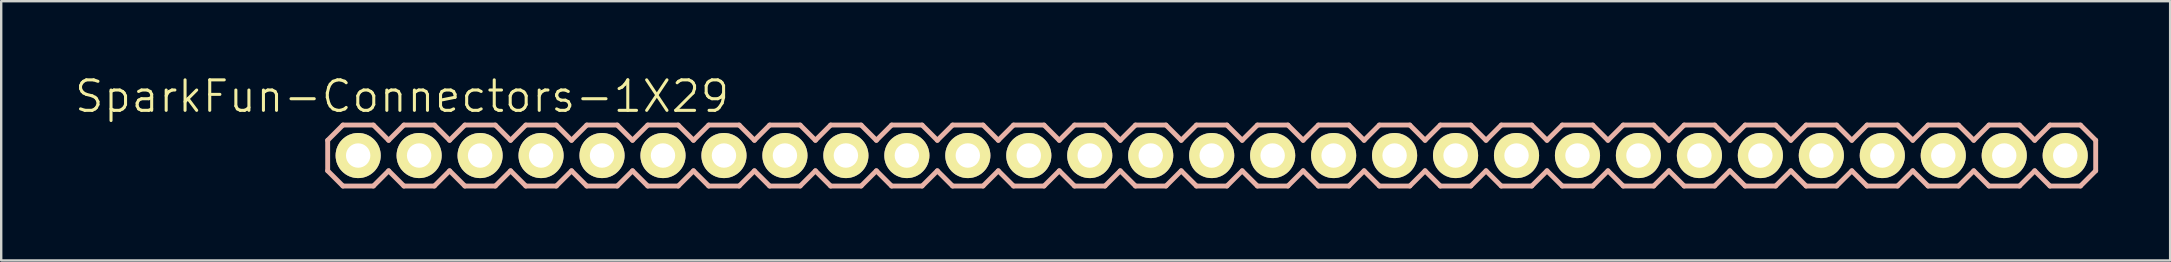
<source format=kicad_pcb>
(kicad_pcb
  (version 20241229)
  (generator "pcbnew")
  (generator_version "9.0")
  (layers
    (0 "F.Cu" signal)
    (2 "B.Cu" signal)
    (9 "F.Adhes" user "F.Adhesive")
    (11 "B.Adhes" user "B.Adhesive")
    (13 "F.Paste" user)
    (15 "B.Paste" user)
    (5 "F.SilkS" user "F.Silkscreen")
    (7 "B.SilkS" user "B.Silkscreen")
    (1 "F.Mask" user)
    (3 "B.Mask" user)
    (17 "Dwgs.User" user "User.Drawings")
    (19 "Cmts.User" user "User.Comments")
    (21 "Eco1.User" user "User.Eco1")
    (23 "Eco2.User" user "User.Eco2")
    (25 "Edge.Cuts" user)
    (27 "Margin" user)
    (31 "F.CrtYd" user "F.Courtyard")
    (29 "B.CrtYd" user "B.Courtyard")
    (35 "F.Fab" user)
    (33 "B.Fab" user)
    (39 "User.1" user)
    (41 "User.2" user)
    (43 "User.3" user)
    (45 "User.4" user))
  (footprint "SparkFun-Connectors-1X29"
    (layer "F.Cu")
    (at 11.872 3.43)
    (property "Reference" "SparkFun-Connectors-1X29" (at 1.829 -2.464 0) (layer "F.SilkS") (effects (font (size 1.27 1.27) (thickness 0.127))))
    (attr exclude_from_pos_files exclude_from_bom)
    (fp_line (start -0.254 -0.254) (end 0.254 -0.254) (stroke (width 0.066) (type solid)) (layer "F.SilkS"))
    (fp_line (start -0.254 0.254) (end -0.254 -0.254) (stroke (width 0.066) (type solid)) (layer "F.SilkS"))
    (fp_line (start -0.254 0.254) (end 0.254 0.254) (stroke (width 0.066) (type solid)) (layer "F.SilkS"))
    (fp_line (start 0.254 0.254) (end 0.254 -0.254) (stroke (width 0.066) (type solid)) (layer "F.SilkS"))
    (fp_line (start 2.286 -0.254) (end 2.794 -0.254) (stroke (width 0.066) (type solid)) (layer "F.SilkS"))
    (fp_line (start 2.286 0.254) (end 2.286 -0.254) (stroke (width 0.066) (type solid)) (layer "F.SilkS"))
    (fp_line (start 2.286 0.254) (end 2.794 0.254) (stroke (width 0.066) (type solid)) (layer "F.SilkS"))
    (fp_line (start 2.794 0.254) (end 2.794 -0.254) (stroke (width 0.066) (type solid)) (layer "F.SilkS"))
    (fp_line (start 4.826 -0.254) (end 5.334 -0.254) (stroke (width 0.066) (type solid)) (layer "F.SilkS"))
    (fp_line (start 4.826 0.254) (end 4.826 -0.254) (stroke (width 0.066) (type solid)) (layer "F.SilkS"))
    (fp_line (start 4.826 0.254) (end 5.334 0.254) (stroke (width 0.066) (type solid)) (layer "F.SilkS"))
    (fp_line (start 5.334 0.254) (end 5.334 -0.254) (stroke (width 0.066) (type solid)) (layer "F.SilkS"))
    (fp_line (start 7.366 -0.254) (end 7.874 -0.254) (stroke (width 0.066) (type solid)) (layer "F.SilkS"))
    (fp_line (start 7.366 0.254) (end 7.366 -0.254) (stroke (width 0.066) (type solid)) (layer "F.SilkS"))
    (fp_line (start 7.366 0.254) (end 7.874 0.254) (stroke (width 0.066) (type solid)) (layer "F.SilkS"))
    (fp_line (start 7.874 0.254) (end 7.874 -0.254) (stroke (width 0.066) (type solid)) (layer "F.SilkS"))
    (fp_line (start 9.906 -0.254) (end 10.414 -0.254) (stroke (width 0.066) (type solid)) (layer "F.SilkS"))
    (fp_line (start 9.906 0.254) (end 9.906 -0.254) (stroke (width 0.066) (type solid)) (layer "F.SilkS"))
    (fp_line (start 9.906 0.254) (end 10.414 0.254) (stroke (width 0.066) (type solid)) (layer "F.SilkS"))
    (fp_line (start 10.414 0.254) (end 10.414 -0.254) (stroke (width 0.066) (type solid)) (layer "F.SilkS"))
    (fp_line (start 12.446 -0.254) (end 12.954 -0.254) (stroke (width 0.066) (type solid)) (layer "F.SilkS"))
    (fp_line (start 12.446 0.254) (end 12.446 -0.254) (stroke (width 0.066) (type solid)) (layer "F.SilkS"))
    (fp_line (start 12.446 0.254) (end 12.954 0.254) (stroke (width 0.066) (type solid)) (layer "F.SilkS"))
    (fp_line (start 12.954 0.254) (end 12.954 -0.254) (stroke (width 0.066) (type solid)) (layer "F.SilkS"))
    (fp_line (start 14.986 -0.254) (end 15.494 -0.254) (stroke (width 0.066) (type solid)) (layer "F.SilkS"))
    (fp_line (start 14.986 0.254) (end 14.986 -0.254) (stroke (width 0.066) (type solid)) (layer "F.SilkS"))
    (fp_line (start 14.986 0.254) (end 15.494 0.254) (stroke (width 0.066) (type solid)) (layer "F.SilkS"))
    (fp_line (start 15.494 0.254) (end 15.494 -0.254) (stroke (width 0.066) (type solid)) (layer "F.SilkS"))
    (fp_line (start 17.523 -0.254) (end 18.034 -0.254) (stroke (width 0.066) (type solid)) (layer "F.SilkS"))
    (fp_line (start 17.523 0.254) (end 17.523 -0.254) (stroke (width 0.066) (type solid)) (layer "F.SilkS"))
    (fp_line (start 17.523 0.254) (end 18.034 0.254) (stroke (width 0.066) (type solid)) (layer "F.SilkS"))
    (fp_line (start 18.034 0.254) (end 18.034 -0.254) (stroke (width 0.066) (type solid)) (layer "F.SilkS"))
    (fp_line (start 20.066 -0.254) (end 20.574 -0.254) (stroke (width 0.066) (type solid)) (layer "F.SilkS"))
    (fp_line (start 20.066 0.254) (end 20.066 -0.254) (stroke (width 0.066) (type solid)) (layer "F.SilkS"))
    (fp_line (start 20.066 0.254) (end 20.574 0.254) (stroke (width 0.066) (type solid)) (layer "F.SilkS"))
    (fp_line (start 20.574 0.254) (end 20.574 -0.254) (stroke (width 0.066) (type solid)) (layer "F.SilkS"))
    (fp_line (start 22.606 -0.254) (end 23.114 -0.254) (stroke (width 0.066) (type solid)) (layer "F.SilkS"))
    (fp_line (start 22.606 0.254) (end 22.606 -0.254) (stroke (width 0.066) (type solid)) (layer "F.SilkS"))
    (fp_line (start 22.606 0.254) (end 23.114 0.254) (stroke (width 0.066) (type solid)) (layer "F.SilkS"))
    (fp_line (start 23.114 0.254) (end 23.114 -0.254) (stroke (width 0.066) (type solid)) (layer "F.SilkS"))
    (fp_line (start 25.146 -0.254) (end 25.654 -0.254) (stroke (width 0.066) (type solid)) (layer "F.SilkS"))
    (fp_line (start 25.146 0.254) (end 25.146 -0.254) (stroke (width 0.066) (type solid)) (layer "F.SilkS"))
    (fp_line (start 25.146 0.254) (end 25.654 0.254) (stroke (width 0.066) (type solid)) (layer "F.SilkS"))
    (fp_line (start 25.654 0.254) (end 25.654 -0.254) (stroke (width 0.066) (type solid)) (layer "F.SilkS"))
    (fp_line (start 27.686 -0.254) (end 28.194 -0.254) (stroke (width 0.066) (type solid)) (layer "F.SilkS"))
    (fp_line (start 27.686 0.254) (end 27.686 -0.254) (stroke (width 0.066) (type solid)) (layer "F.SilkS"))
    (fp_line (start 27.686 0.254) (end 28.194 0.254) (stroke (width 0.066) (type solid)) (layer "F.SilkS"))
    (fp_line (start 28.194 0.254) (end 28.194 -0.254) (stroke (width 0.066) (type solid)) (layer "F.SilkS"))
    (fp_line (start 30.226 -0.254) (end 30.734 -0.254) (stroke (width 0.066) (type solid)) (layer "F.SilkS"))
    (fp_line (start 30.226 0.254) (end 30.226 -0.254) (stroke (width 0.066) (type solid)) (layer "F.SilkS"))
    (fp_line (start 30.226 0.254) (end 30.734 0.254) (stroke (width 0.066) (type solid)) (layer "F.SilkS"))
    (fp_line (start 30.734 0.254) (end 30.734 -0.254) (stroke (width 0.066) (type solid)) (layer "F.SilkS"))
    (fp_line (start 32.766 -0.254) (end 33.274 -0.254) (stroke (width 0.066) (type solid)) (layer "F.SilkS"))
    (fp_line (start 32.766 0.254) (end 32.766 -0.254) (stroke (width 0.066) (type solid)) (layer "F.SilkS"))
    (fp_line (start 32.766 0.254) (end 33.274 0.254) (stroke (width 0.066) (type solid)) (layer "F.SilkS"))
    (fp_line (start 33.274 0.254) (end 33.274 -0.254) (stroke (width 0.066) (type solid)) (layer "F.SilkS"))
    (fp_line (start 35.303 -0.254) (end 35.814 -0.254) (stroke (width 0.066) (type solid)) (layer "F.SilkS"))
    (fp_line (start 35.303 0.254) (end 35.303 -0.254) (stroke (width 0.066) (type solid)) (layer "F.SilkS"))
    (fp_line (start 35.303 0.254) (end 35.814 0.254) (stroke (width 0.066) (type solid)) (layer "F.SilkS"))
    (fp_line (start 35.814 0.254) (end 35.814 -0.254) (stroke (width 0.066) (type solid)) (layer "F.SilkS"))
    (fp_line (start 37.846 -0.254) (end 38.354 -0.254) (stroke (width 0.066) (type solid)) (layer "F.SilkS"))
    (fp_line (start 37.846 0.254) (end 37.846 -0.254) (stroke (width 0.066) (type solid)) (layer "F.SilkS"))
    (fp_line (start 37.846 0.254) (end 38.354 0.254) (stroke (width 0.066) (type solid)) (layer "F.SilkS"))
    (fp_line (start 38.354 0.254) (end 38.354 -0.254) (stroke (width 0.066) (type solid)) (layer "F.SilkS"))
    (fp_line (start 40.386 -0.254) (end 40.894 -0.254) (stroke (width 0.066) (type solid)) (layer "F.SilkS"))
    (fp_line (start 40.386 0.254) (end 40.386 -0.254) (stroke (width 0.066) (type solid)) (layer "F.SilkS"))
    (fp_line (start 40.386 0.254) (end 40.894 0.254) (stroke (width 0.066) (type solid)) (layer "F.SilkS"))
    (fp_line (start 40.894 0.254) (end 40.894 -0.254) (stroke (width 0.066) (type solid)) (layer "F.SilkS"))
    (fp_line (start 42.926 -0.254) (end 43.434 -0.254) (stroke (width 0.066) (type solid)) (layer "F.SilkS"))
    (fp_line (start 42.926 0.254) (end 42.926 -0.254) (stroke (width 0.066) (type solid)) (layer "F.SilkS"))
    (fp_line (start 42.926 0.254) (end 43.434 0.254) (stroke (width 0.066) (type solid)) (layer "F.SilkS"))
    (fp_line (start 43.434 0.254) (end 43.434 -0.254) (stroke (width 0.066) (type solid)) (layer "F.SilkS"))
    (fp_line (start 45.466 -0.254) (end 45.974 -0.254) (stroke (width 0.066) (type solid)) (layer "F.SilkS"))
    (fp_line (start 45.466 0.254) (end 45.466 -0.254) (stroke (width 0.066) (type solid)) (layer "F.SilkS"))
    (fp_line (start 45.466 0.254) (end 45.974 0.254) (stroke (width 0.066) (type solid)) (layer "F.SilkS"))
    (fp_line (start 45.974 0.254) (end 45.974 -0.254) (stroke (width 0.066) (type solid)) (layer "F.SilkS"))
    (fp_line (start 48.006 -0.254) (end 48.514 -0.254) (stroke (width 0.066) (type solid)) (layer "F.SilkS"))
    (fp_line (start 48.006 0.254) (end 48.006 -0.254) (stroke (width 0.066) (type solid)) (layer "F.SilkS"))
    (fp_line (start 48.006 0.254) (end 48.514 0.254) (stroke (width 0.066) (type solid)) (layer "F.SilkS"))
    (fp_line (start 48.514 0.254) (end 48.514 -0.254) (stroke (width 0.066) (type solid)) (layer "F.SilkS"))
    (fp_line (start 50.546 -0.254) (end 51.051 -0.254) (stroke (width 0.066) (type solid)) (layer "F.SilkS"))
    (fp_line (start 50.546 0.254) (end 50.546 -0.254) (stroke (width 0.066) (type solid)) (layer "F.SilkS"))
    (fp_line (start 50.546 0.254) (end 51.051 0.254) (stroke (width 0.066) (type solid)) (layer "F.SilkS"))
    (fp_line (start 51.051 0.254) (end 51.051 -0.254) (stroke (width 0.066) (type solid)) (layer "F.SilkS"))
    (fp_line (start 53.086 -0.254) (end 53.594 -0.254) (stroke (width 0.066) (type solid)) (layer "F.SilkS"))
    (fp_line (start 53.086 0.254) (end 53.086 -0.254) (stroke (width 0.066) (type solid)) (layer "F.SilkS"))
    (fp_line (start 53.086 0.254) (end 53.594 0.254) (stroke (width 0.066) (type solid)) (layer "F.SilkS"))
    (fp_line (start 53.594 0.254) (end 53.594 -0.254) (stroke (width 0.066) (type solid)) (layer "F.SilkS"))
    (fp_line (start 55.626 -0.254) (end 56.134 -0.254) (stroke (width 0.066) (type solid)) (layer "F.SilkS"))
    (fp_line (start 55.626 0.254) (end 55.626 -0.254) (stroke (width 0.066) (type solid)) (layer "F.SilkS"))
    (fp_line (start 55.626 0.254) (end 56.134 0.254) (stroke (width 0.066) (type solid)) (layer "F.SilkS"))
    (fp_line (start 56.134 0.254) (end 56.134 -0.254) (stroke (width 0.066) (type solid)) (layer "F.SilkS"))
    (fp_line (start 58.166 -0.254) (end 58.674 -0.254) (stroke (width 0.066) (type solid)) (layer "F.SilkS"))
    (fp_line (start 58.166 0.254) (end 58.166 -0.254) (stroke (width 0.066) (type solid)) (layer "F.SilkS"))
    (fp_line (start 58.166 0.254) (end 58.674 0.254) (stroke (width 0.066) (type solid)) (layer "F.SilkS"))
    (fp_line (start 58.674 0.254) (end 58.674 -0.254) (stroke (width 0.066) (type solid)) (layer "F.SilkS"))
    (fp_line (start 60.706 -0.254) (end 61.214 -0.254) (stroke (width 0.066) (type solid)) (layer "F.SilkS"))
    (fp_line (start 60.706 0.254) (end 60.706 -0.254) (stroke (width 0.066) (type solid)) (layer "F.SilkS"))
    (fp_line (start 60.706 0.254) (end 61.214 0.254) (stroke (width 0.066) (type solid)) (layer "F.SilkS"))
    (fp_line (start 61.214 0.254) (end 61.214 -0.254) (stroke (width 0.066) (type solid)) (layer "F.SilkS"))
    (fp_line (start 63.246 -0.254) (end 63.751 -0.254) (stroke (width 0.066) (type solid)) (layer "F.SilkS"))
    (fp_line (start 63.246 0.254) (end 63.246 -0.254) (stroke (width 0.066) (type solid)) (layer "F.SilkS"))
    (fp_line (start 63.246 0.254) (end 63.751 0.254) (stroke (width 0.066) (type solid)) (layer "F.SilkS"))
    (fp_line (start 63.751 0.254) (end 63.751 -0.254) (stroke (width 0.066) (type solid)) (layer "F.SilkS"))
    (fp_line (start 65.786 -0.254) (end 66.294 -0.254) (stroke (width 0.066) (type solid)) (layer "F.SilkS"))
    (fp_line (start 65.786 0.254) (end 65.786 -0.254) (stroke (width 0.066) (type solid)) (layer "F.SilkS"))
    (fp_line (start 65.786 0.254) (end 66.294 0.254) (stroke (width 0.066) (type solid)) (layer "F.SilkS"))
    (fp_line (start 66.294 0.254) (end 66.294 -0.254) (stroke (width 0.066) (type solid)) (layer "F.SilkS"))
    (fp_line (start 68.326 -0.254) (end 68.834 -0.254) (stroke (width 0.066) (type solid)) (layer "F.SilkS"))
    (fp_line (start 68.326 0.254) (end 68.326 -0.254) (stroke (width 0.066) (type solid)) (layer "F.SilkS"))
    (fp_line (start 68.326 0.254) (end 68.834 0.254) (stroke (width 0.066) (type solid)) (layer "F.SilkS"))
    (fp_line (start 68.834 0.254) (end 68.834 -0.254) (stroke (width 0.066) (type solid)) (layer "F.SilkS"))
    (fp_line (start 70.866 -0.254) (end 71.374 -0.254) (stroke (width 0.066) (type solid)) (layer "F.SilkS"))
    (fp_line (start 70.866 0.254) (end 70.866 -0.254) (stroke (width 0.066) (type solid)) (layer "F.SilkS"))
    (fp_line (start 70.866 0.254) (end 71.374 0.254) (stroke (width 0.066) (type solid)) (layer "F.SilkS"))
    (fp_line (start 71.374 0.254) (end 71.374 -0.254) (stroke (width 0.066) (type solid)) (layer "F.SilkS"))
    (fp_line (start -1.27 -0.635) (end -1.27 0.635) (stroke (width 0.203) (type solid)) (layer "B.SilkS"))
    (fp_line (start -1.27 0.635) (end -0.635 1.27) (stroke (width 0.203) (type solid)) (layer "B.SilkS"))
    (fp_line (start -0.635 -1.27) (end -1.27 -0.635) (stroke (width 0.203) (type solid)) (layer "B.SilkS"))
    (fp_line (start -0.635 -1.27) (end 0.635 -1.27) (stroke (width 0.203) (type solid)) (layer "B.SilkS"))
    (fp_line (start 0.635 -1.27) (end 1.27 -0.635) (stroke (width 0.203) (type solid)) (layer "B.SilkS"))
    (fp_line (start 0.635 1.27) (end -0.635 1.27) (stroke (width 0.203) (type solid)) (layer "B.SilkS"))
    (fp_line (start 1.27 -0.635) (end 1.905 -1.27) (stroke (width 0.203) (type solid)) (layer "B.SilkS"))
    (fp_line (start 1.27 0.635) (end 0.635 1.27) (stroke (width 0.203) (type solid)) (layer "B.SilkS"))
    (fp_line (start 1.905 -1.27) (end 3.175 -1.27) (stroke (width 0.203) (type solid)) (layer "B.SilkS"))
    (fp_line (start 1.905 1.27) (end 1.27 0.635) (stroke (width 0.203) (type solid)) (layer "B.SilkS"))
    (fp_line (start 3.175 -1.27) (end 3.81 -0.635) (stroke (width 0.203) (type solid)) (layer "B.SilkS"))
    (fp_line (start 3.175 1.27) (end 1.905 1.27) (stroke (width 0.203) (type solid)) (layer "B.SilkS"))
    (fp_line (start 3.81 -0.635) (end 4.445 -1.27) (stroke (width 0.203) (type solid)) (layer "B.SilkS"))
    (fp_line (start 3.81 0.635) (end 3.175 1.27) (stroke (width 0.203) (type solid)) (layer "B.SilkS"))
    (fp_line (start 4.445 -1.27) (end 5.715 -1.27) (stroke (width 0.203) (type solid)) (layer "B.SilkS"))
    (fp_line (start 4.445 1.27) (end 3.81 0.635) (stroke (width 0.203) (type solid)) (layer "B.SilkS"))
    (fp_line (start 5.715 -1.27) (end 6.35 -0.635) (stroke (width 0.203) (type solid)) (layer "B.SilkS"))
    (fp_line (start 5.715 1.27) (end 4.445 1.27) (stroke (width 0.203) (type solid)) (layer "B.SilkS"))
    (fp_line (start 6.35 0.635) (end 5.715 1.27) (stroke (width 0.203) (type solid)) (layer "B.SilkS"))
    (fp_line (start 6.35 0.635) (end 6.985 1.27) (stroke (width 0.203) (type solid)) (layer "B.SilkS"))
    (fp_line (start 6.985 -1.27) (end 6.35 -0.635) (stroke (width 0.203) (type solid)) (layer "B.SilkS"))
    (fp_line (start 6.985 -1.27) (end 8.255 -1.27) (stroke (width 0.203) (type solid)) (layer "B.SilkS"))
    (fp_line (start 8.255 -1.27) (end 8.89 -0.635) (stroke (width 0.203) (type solid)) (layer "B.SilkS"))
    (fp_line (start 8.255 1.27) (end 6.985 1.27) (stroke (width 0.203) (type solid)) (layer "B.SilkS"))
    (fp_line (start 8.89 -0.635) (end 9.525 -1.27) (stroke (width 0.203) (type solid)) (layer "B.SilkS"))
    (fp_line (start 8.89 0.635) (end 8.255 1.27) (stroke (width 0.203) (type solid)) (layer "B.SilkS"))
    (fp_line (start 9.525 -1.27) (end 10.795 -1.27) (stroke (width 0.203) (type solid)) (layer "B.SilkS"))
    (fp_line (start 9.525 1.27) (end 8.89 0.635) (stroke (width 0.203) (type solid)) (layer "B.SilkS"))
    (fp_line (start 10.795 -1.27) (end 11.43 -0.635) (stroke (width 0.203) (type solid)) (layer "B.SilkS"))
    (fp_line (start 10.795 1.27) (end 9.525 1.27) (stroke (width 0.203) (type solid)) (layer "B.SilkS"))
    (fp_line (start 11.43 -0.635) (end 12.065 -1.27) (stroke (width 0.203) (type solid)) (layer "B.SilkS"))
    (fp_line (start 11.43 0.635) (end 10.795 1.27) (stroke (width 0.203) (type solid)) (layer "B.SilkS"))
    (fp_line (start 12.065 -1.27) (end 13.335 -1.27) (stroke (width 0.203) (type solid)) (layer "B.SilkS"))
    (fp_line (start 12.065 1.27) (end 11.43 0.635) (stroke (width 0.203) (type solid)) (layer "B.SilkS"))
    (fp_line (start 13.335 -1.27) (end 13.97 -0.635) (stroke (width 0.203) (type solid)) (layer "B.SilkS"))
    (fp_line (start 13.335 1.27) (end 12.065 1.27) (stroke (width 0.203) (type solid)) (layer "B.SilkS"))
    (fp_line (start 13.97 0.635) (end 13.335 1.27) (stroke (width 0.203) (type solid)) (layer "B.SilkS"))
    (fp_line (start 13.97 0.635) (end 14.605 1.27) (stroke (width 0.203) (type solid)) (layer "B.SilkS"))
    (fp_line (start 14.605 -1.27) (end 13.97 -0.635) (stroke (width 0.203) (type solid)) (layer "B.SilkS"))
    (fp_line (start 14.605 -1.27) (end 15.875 -1.27) (stroke (width 0.203) (type solid)) (layer "B.SilkS"))
    (fp_line (start 15.875 -1.27) (end 16.51 -0.635) (stroke (width 0.203) (type solid)) (layer "B.SilkS"))
    (fp_line (start 15.875 1.27) (end 14.605 1.27) (stroke (width 0.203) (type solid)) (layer "B.SilkS"))
    (fp_line (start 16.51 0.635) (end 15.875 1.27) (stroke (width 0.203) (type solid)) (layer "B.SilkS"))
    (fp_line (start 16.51 0.635) (end 17.145 1.27) (stroke (width 0.203) (type solid)) (layer "B.SilkS"))
    (fp_line (start 17.145 -1.27) (end 16.51 -0.635) (stroke (width 0.203) (type solid)) (layer "B.SilkS"))
    (fp_line (start 17.145 -1.27) (end 18.415 -1.27) (stroke (width 0.203) (type solid)) (layer "B.SilkS"))
    (fp_line (start 18.415 -1.27) (end 19.05 -0.635) (stroke (width 0.203) (type solid)) (layer "B.SilkS"))
    (fp_line (start 18.415 1.27) (end 17.145 1.27) (stroke (width 0.203) (type solid)) (layer "B.SilkS"))
    (fp_line (start 19.05 -0.635) (end 19.685 -1.27) (stroke (width 0.203) (type solid)) (layer "B.SilkS"))
    (fp_line (start 19.05 0.635) (end 18.415 1.27) (stroke (width 0.203) (type solid)) (layer "B.SilkS"))
    (fp_line (start 19.685 -1.27) (end 20.955 -1.27) (stroke (width 0.203) (type solid)) (layer "B.SilkS"))
    (fp_line (start 19.685 1.27) (end 19.05 0.635) (stroke (width 0.203) (type solid)) (layer "B.SilkS"))
    (fp_line (start 20.955 -1.27) (end 21.59 -0.635) (stroke (width 0.203) (type solid)) (layer "B.SilkS"))
    (fp_line (start 20.955 1.27) (end 19.685 1.27) (stroke (width 0.203) (type solid)) (layer "B.SilkS"))
    (fp_line (start 21.59 -0.635) (end 22.225 -1.27) (stroke (width 0.203) (type solid)) (layer "B.SilkS"))
    (fp_line (start 21.59 0.635) (end 20.955 1.27) (stroke (width 0.203) (type solid)) (layer "B.SilkS"))
    (fp_line (start 22.225 -1.27) (end 23.495 -1.27) (stroke (width 0.203) (type solid)) (layer "B.SilkS"))
    (fp_line (start 22.225 1.27) (end 21.59 0.635) (stroke (width 0.203) (type solid)) (layer "B.SilkS"))
    (fp_line (start 23.495 -1.27) (end 24.13 -0.635) (stroke (width 0.203) (type solid)) (layer "B.SilkS"))
    (fp_line (start 23.495 1.27) (end 22.225 1.27) (stroke (width 0.203) (type solid)) (layer "B.SilkS"))
    (fp_line (start 24.13 0.635) (end 23.495 1.27) (stroke (width 0.203) (type solid)) (layer "B.SilkS"))
    (fp_line (start 24.13 0.635) (end 24.765 1.27) (stroke (width 0.203) (type solid)) (layer "B.SilkS"))
    (fp_line (start 24.765 -1.27) (end 24.13 -0.635) (stroke (width 0.203) (type solid)) (layer "B.SilkS"))
    (fp_line (start 24.765 -1.27) (end 26.035 -1.27) (stroke (width 0.203) (type solid)) (layer "B.SilkS"))
    (fp_line (start 26.035 -1.27) (end 26.67 -0.635) (stroke (width 0.203) (type solid)) (layer "B.SilkS"))
    (fp_line (start 26.035 1.27) (end 24.765 1.27) (stroke (width 0.203) (type solid)) (layer "B.SilkS"))
    (fp_line (start 26.67 -0.635) (end 27.305 -1.27) (stroke (width 0.203) (type solid)) (layer "B.SilkS"))
    (fp_line (start 26.67 0.635) (end 26.035 1.27) (stroke (width 0.203) (type solid)) (layer "B.SilkS"))
    (fp_line (start 27.305 -1.27) (end 28.575 -1.27) (stroke (width 0.203) (type solid)) (layer "B.SilkS"))
    (fp_line (start 27.305 1.27) (end 26.67 0.635) (stroke (width 0.203) (type solid)) (layer "B.SilkS"))
    (fp_line (start 28.575 -1.27) (end 29.21 -0.635) (stroke (width 0.203) (type solid)) (layer "B.SilkS"))
    (fp_line (start 28.575 1.27) (end 27.305 1.27) (stroke (width 0.203) (type solid)) (layer "B.SilkS"))
    (fp_line (start 29.21 -0.635) (end 29.845 -1.27) (stroke (width 0.203) (type solid)) (layer "B.SilkS"))
    (fp_line (start 29.21 0.635) (end 28.575 1.27) (stroke (width 0.203) (type solid)) (layer "B.SilkS"))
    (fp_line (start 29.845 -1.27) (end 31.115 -1.27) (stroke (width 0.203) (type solid)) (layer "B.SilkS"))
    (fp_line (start 29.845 1.27) (end 29.21 0.635) (stroke (width 0.203) (type solid)) (layer "B.SilkS"))
    (fp_line (start 31.115 -1.27) (end 31.75 -0.635) (stroke (width 0.203) (type solid)) (layer "B.SilkS"))
    (fp_line (start 31.115 1.27) (end 29.845 1.27) (stroke (width 0.203) (type solid)) (layer "B.SilkS"))
    (fp_line (start 31.75 0.635) (end 31.115 1.27) (stroke (width 0.203) (type solid)) (layer "B.SilkS"))
    (fp_line (start 31.75 0.635) (end 32.385 1.27) (stroke (width 0.203) (type solid)) (layer "B.SilkS"))
    (fp_line (start 32.385 -1.27) (end 31.75 -0.635) (stroke (width 0.203) (type solid)) (layer "B.SilkS"))
    (fp_line (start 32.385 -1.27) (end 33.655 -1.27) (stroke (width 0.203) (type solid)) (layer "B.SilkS"))
    (fp_line (start 33.655 -1.27) (end 34.29 -0.635) (stroke (width 0.203) (type solid)) (layer "B.SilkS"))
    (fp_line (start 33.655 1.27) (end 32.385 1.27) (stroke (width 0.203) (type solid)) (layer "B.SilkS"))
    (fp_line (start 34.29 0.635) (end 33.655 1.27) (stroke (width 0.203) (type solid)) (layer "B.SilkS"))
    (fp_line (start 34.29 0.635) (end 34.925 1.27) (stroke (width 0.203) (type solid)) (layer "B.SilkS"))
    (fp_line (start 34.925 -1.27) (end 34.29 -0.635) (stroke (width 0.203) (type solid)) (layer "B.SilkS"))
    (fp_line (start 34.925 -1.27) (end 36.195 -1.27) (stroke (width 0.203) (type solid)) (layer "B.SilkS"))
    (fp_line (start 36.195 -1.27) (end 36.83 -0.635) (stroke (width 0.203) (type solid)) (layer "B.SilkS"))
    (fp_line (start 36.195 1.27) (end 34.925 1.27) (stroke (width 0.203) (type solid)) (layer "B.SilkS"))
    (fp_line (start 36.83 0.635) (end 36.195 1.27) (stroke (width 0.203) (type solid)) (layer "B.SilkS"))
    (fp_line (start 36.83 0.635) (end 37.465 1.27) (stroke (width 0.203) (type solid)) (layer "B.SilkS"))
    (fp_line (start 37.465 -1.27) (end 36.83 -0.635) (stroke (width 0.203) (type solid)) (layer "B.SilkS"))
    (fp_line (start 37.465 -1.27) (end 38.735 -1.27) (stroke (width 0.203) (type solid)) (layer "B.SilkS"))
    (fp_line (start 38.735 -1.27) (end 39.37 -0.635) (stroke (width 0.203) (type solid)) (layer "B.SilkS"))
    (fp_line (start 38.735 1.27) (end 37.465 1.27) (stroke (width 0.203) (type solid)) (layer "B.SilkS"))
    (fp_line (start 39.37 0.635) (end 38.735 1.27) (stroke (width 0.203) (type solid)) (layer "B.SilkS"))
    (fp_line (start 39.37 0.635) (end 40.005 1.27) (stroke (width 0.203) (type solid)) (layer "B.SilkS"))
    (fp_line (start 40.005 -1.27) (end 39.37 -0.635) (stroke (width 0.203) (type solid)) (layer "B.SilkS"))
    (fp_line (start 40.005 -1.27) (end 41.275 -1.27) (stroke (width 0.203) (type solid)) (layer "B.SilkS"))
    (fp_line (start 41.275 -1.27) (end 41.91 -0.635) (stroke (width 0.203) (type solid)) (layer "B.SilkS"))
    (fp_line (start 41.275 1.27) (end 40.005 1.27) (stroke (width 0.203) (type solid)) (layer "B.SilkS"))
    (fp_line (start 41.91 0.635) (end 41.275 1.27) (stroke (width 0.203) (type solid)) (layer "B.SilkS"))
    (fp_line (start 41.91 0.635) (end 42.545 1.27) (stroke (width 0.203) (type solid)) (layer "B.SilkS"))
    (fp_line (start 42.545 -1.27) (end 41.91 -0.635) (stroke (width 0.203) (type solid)) (layer "B.SilkS"))
    (fp_line (start 42.545 -1.27) (end 43.815 -1.27) (stroke (width 0.203) (type solid)) (layer "B.SilkS"))
    (fp_line (start 43.815 -1.27) (end 44.45 -0.635) (stroke (width 0.203) (type solid)) (layer "B.SilkS"))
    (fp_line (start 43.815 1.27) (end 42.545 1.27) (stroke (width 0.203) (type solid)) (layer "B.SilkS"))
    (fp_line (start 44.45 0.635) (end 43.815 1.27) (stroke (width 0.203) (type solid)) (layer "B.SilkS"))
    (fp_line (start 44.45 0.635) (end 45.085 1.27) (stroke (width 0.203) (type solid)) (layer "B.SilkS"))
    (fp_line (start 45.085 -1.27) (end 44.45 -0.635) (stroke (width 0.203) (type solid)) (layer "B.SilkS"))
    (fp_line (start 45.085 -1.27) (end 46.355 -1.27) (stroke (width 0.203) (type solid)) (layer "B.SilkS"))
    (fp_line (start 46.355 -1.27) (end 46.99 -0.635) (stroke (width 0.203) (type solid)) (layer "B.SilkS"))
    (fp_line (start 46.355 1.27) (end 45.085 1.27) (stroke (width 0.203) (type solid)) (layer "B.SilkS"))
    (fp_line (start 46.99 0.635) (end 46.355 1.27) (stroke (width 0.203) (type solid)) (layer "B.SilkS"))
    (fp_line (start 46.99 0.635) (end 47.625 1.27) (stroke (width 0.203) (type solid)) (layer "B.SilkS"))
    (fp_line (start 47.625 -1.27) (end 46.99 -0.635) (stroke (width 0.203) (type solid)) (layer "B.SilkS"))
    (fp_line (start 47.625 -1.27) (end 48.895 -1.27) (stroke (width 0.203) (type solid)) (layer "B.SilkS"))
    (fp_line (start 48.895 -1.27) (end 49.53 -0.635) (stroke (width 0.203) (type solid)) (layer "B.SilkS"))
    (fp_line (start 48.895 1.27) (end 47.625 1.27) (stroke (width 0.203) (type solid)) (layer "B.SilkS"))
    (fp_line (start 49.53 0.635) (end 48.895 1.27) (stroke (width 0.203) (type solid)) (layer "B.SilkS"))
    (fp_line (start 49.53 0.635) (end 50.165 1.27) (stroke (width 0.203) (type solid)) (layer "B.SilkS"))
    (fp_line (start 50.165 -1.27) (end 49.53 -0.635) (stroke (width 0.203) (type solid)) (layer "B.SilkS"))
    (fp_line (start 50.165 -1.27) (end 51.435 -1.27) (stroke (width 0.203) (type solid)) (layer "B.SilkS"))
    (fp_line (start 51.435 -1.27) (end 52.07 -0.635) (stroke (width 0.203) (type solid)) (layer "B.SilkS"))
    (fp_line (start 51.435 1.27) (end 50.165 1.27) (stroke (width 0.203) (type solid)) (layer "B.SilkS"))
    (fp_line (start 52.07 0.635) (end 51.435 1.27) (stroke (width 0.203) (type solid)) (layer "B.SilkS"))
    (fp_line (start 52.07 0.635) (end 52.705 1.27) (stroke (width 0.203) (type solid)) (layer "B.SilkS"))
    (fp_line (start 52.705 -1.27) (end 52.07 -0.635) (stroke (width 0.203) (type solid)) (layer "B.SilkS"))
    (fp_line (start 52.705 -1.27) (end 53.975 -1.27) (stroke (width 0.203) (type solid)) (layer "B.SilkS"))
    (fp_line (start 53.975 -1.27) (end 54.61 -0.635) (stroke (width 0.203) (type solid)) (layer "B.SilkS"))
    (fp_line (start 53.975 1.27) (end 52.705 1.27) (stroke (width 0.203) (type solid)) (layer "B.SilkS"))
    (fp_line (start 54.61 0.635) (end 53.975 1.27) (stroke (width 0.203) (type solid)) (layer "B.SilkS"))
    (fp_line (start 54.61 0.635) (end 55.245 1.27) (stroke (width 0.203) (type solid)) (layer "B.SilkS"))
    (fp_line (start 55.245 -1.27) (end 54.61 -0.635) (stroke (width 0.203) (type solid)) (layer "B.SilkS"))
    (fp_line (start 55.245 -1.27) (end 56.515 -1.27) (stroke (width 0.203) (type solid)) (layer "B.SilkS"))
    (fp_line (start 56.515 -1.27) (end 57.15 -0.635) (stroke (width 0.203) (type solid)) (layer "B.SilkS"))
    (fp_line (start 56.515 1.27) (end 55.245 1.27) (stroke (width 0.203) (type solid)) (layer "B.SilkS"))
    (fp_line (start 57.15 -0.635) (end 57.785 -1.27) (stroke (width 0.203) (type solid)) (layer "B.SilkS"))
    (fp_line (start 57.15 0.635) (end 56.515 1.27) (stroke (width 0.203) (type solid)) (layer "B.SilkS"))
    (fp_line (start 57.15 0.635) (end 57.785 1.27) (stroke (width 0.203) (type solid)) (layer "B.SilkS"))
    (fp_line (start 57.785 -1.27) (end 59.055 -1.27) (stroke (width 0.203) (type solid)) (layer "B.SilkS"))
    (fp_line (start 59.055 -1.27) (end 59.69 -0.635) (stroke (width 0.203) (type solid)) (layer "B.SilkS"))
    (fp_line (start 59.055 1.27) (end 57.785 1.27) (stroke (width 0.203) (type solid)) (layer "B.SilkS"))
    (fp_line (start 59.69 0.635) (end 59.055 1.27) (stroke (width 0.203) (type solid)) (layer "B.SilkS"))
    (fp_line (start 59.69 0.635) (end 60.325 1.27) (stroke (width 0.203) (type solid)) (layer "B.SilkS"))
    (fp_line (start 60.325 -1.27) (end 59.69 -0.635) (stroke (width 0.203) (type solid)) (layer "B.SilkS"))
    (fp_line (start 60.325 -1.27) (end 61.595 -1.27) (stroke (width 0.203) (type solid)) (layer "B.SilkS"))
    (fp_line (start 61.595 -1.27) (end 62.23 -0.635) (stroke (width 0.203) (type solid)) (layer "B.SilkS"))
    (fp_line (start 61.595 1.27) (end 60.325 1.27) (stroke (width 0.203) (type solid)) (layer "B.SilkS"))
    (fp_line (start 62.23 -0.635) (end 62.865 -1.27) (stroke (width 0.203) (type solid)) (layer "B.SilkS"))
    (fp_line (start 62.23 0.635) (end 61.595 1.27) (stroke (width 0.203) (type solid)) (layer "B.SilkS"))
    (fp_line (start 62.23 0.635) (end 62.865 1.27) (stroke (width 0.203) (type solid)) (layer "B.SilkS"))
    (fp_line (start 62.865 -1.27) (end 64.135 -1.27) (stroke (width 0.203) (type solid)) (layer "B.SilkS"))
    (fp_line (start 64.135 -1.27) (end 64.77 -0.635) (stroke (width 0.203) (type solid)) (layer "B.SilkS"))
    (fp_line (start 64.135 1.27) (end 62.865 1.27) (stroke (width 0.203) (type solid)) (layer "B.SilkS"))
    (fp_line (start 64.77 0.635) (end 64.135 1.27) (stroke (width 0.203) (type solid)) (layer "B.SilkS"))
    (fp_line (start 64.77 0.635) (end 65.405 1.27) (stroke (width 0.203) (type solid)) (layer "B.SilkS"))
    (fp_line (start 65.405 -1.27) (end 64.77 -0.635) (stroke (width 0.203) (type solid)) (layer "B.SilkS"))
    (fp_line (start 65.405 -1.27) (end 66.675 -1.27) (stroke (width 0.203) (type solid)) (layer "B.SilkS"))
    (fp_line (start 66.675 -1.27) (end 67.31 -0.635) (stroke (width 0.203) (type solid)) (layer "B.SilkS"))
    (fp_line (start 66.675 1.27) (end 65.405 1.27) (stroke (width 0.203) (type solid)) (layer "B.SilkS"))
    (fp_line (start 67.31 -0.635) (end 67.945 -1.27) (stroke (width 0.203) (type solid)) (layer "B.SilkS"))
    (fp_line (start 67.31 0.635) (end 66.675 1.27) (stroke (width 0.203) (type solid)) (layer "B.SilkS"))
    (fp_line (start 67.31 0.635) (end 67.945 1.27) (stroke (width 0.203) (type solid)) (layer "B.SilkS"))
    (fp_line (start 67.945 -1.27) (end 69.215 -1.27) (stroke (width 0.203) (type solid)) (layer "B.SilkS"))
    (fp_line (start 69.215 -1.27) (end 69.85 -0.635) (stroke (width 0.203) (type solid)) (layer "B.SilkS"))
    (fp_line (start 69.215 1.27) (end 67.945 1.27) (stroke (width 0.203) (type solid)) (layer "B.SilkS"))
    (fp_line (start 69.85 0.635) (end 69.215 1.27) (stroke (width 0.203) (type solid)) (layer "B.SilkS"))
    (fp_line (start 69.85 0.635) (end 70.485 1.27) (stroke (width 0.203) (type solid)) (layer "B.SilkS"))
    (fp_line (start 70.485 -1.27) (end 69.85 -0.635) (stroke (width 0.203) (type solid)) (layer "B.SilkS"))
    (fp_line (start 70.485 -1.27) (end 71.755 -1.27) (stroke (width 0.203) (type solid)) (layer "B.SilkS"))
    (fp_line (start 71.755 -1.27) (end 72.39 -0.635) (stroke (width 0.203) (type solid)) (layer "B.SilkS"))
    (fp_line (start 71.755 1.27) (end 70.485 1.27) (stroke (width 0.203) (type solid)) (layer "B.SilkS"))
    (fp_line (start 72.39 -0.635) (end 72.39 0.635) (stroke (width 0.203) (type solid)) (layer "B.SilkS"))
    (fp_line (start 72.39 0.635) (end 71.755 1.27) (stroke (width 0.203) (type solid)) (layer "B.SilkS"))
    (pad "1" thru_hole circle (at 0 0) (size 1.88 1.88) (drill 1.016) (layers "*.Cu" "F.Mask" "F.SilkS" "F.Paste"))
    (pad "2" thru_hole circle (at 2.54 0) (size 1.88 1.88) (drill 1.016) (layers "*.Cu" "F.Mask" "F.SilkS" "F.Paste"))
    (pad "3" thru_hole circle (at 5.08 0) (size 1.88 1.88) (drill 1.016) (layers "*.Cu" "F.Mask" "F.SilkS" "F.Paste"))
    (pad "4" thru_hole circle (at 7.62 0) (size 1.88 1.88) (drill 1.016) (layers "*.Cu" "F.Mask" "F.SilkS" "F.Paste"))
    (pad "5" thru_hole circle (at 10.16 0) (size 1.88 1.88) (drill 1.016) (layers "*.Cu" "F.Mask" "F.SilkS" "F.Paste"))
    (pad "6" thru_hole circle (at 12.7 0) (size 1.88 1.88) (drill 1.016) (layers "*.Cu" "F.Mask" "F.SilkS" "F.Paste"))
    (pad "7" thru_hole circle (at 15.24 0) (size 1.88 1.88) (drill 1.016) (layers "*.Cu" "F.Mask" "F.SilkS" "F.Paste"))
    (pad "8" thru_hole circle (at 17.78 0) (size 1.88 1.88) (drill 1.016) (layers "*.Cu" "F.Mask" "F.SilkS" "F.Paste"))
    (pad "9" thru_hole circle (at 20.32 0) (size 1.88 1.88) (drill 1.016) (layers "*.Cu" "F.Mask" "F.SilkS" "F.Paste"))
    (pad "10" thru_hole circle (at 22.86 0) (size 1.88 1.88) (drill 1.016) (layers "*.Cu" "F.Mask" "F.SilkS" "F.Paste"))
    (pad "11" thru_hole circle (at 25.4 0) (size 1.88 1.88) (drill 1.016) (layers "*.Cu" "F.Mask" "F.SilkS" "F.Paste"))
    (pad "12" thru_hole circle (at 27.94 0) (size 1.88 1.88) (drill 1.016) (layers "*.Cu" "F.Mask" "F.SilkS" "F.Paste"))
    (pad "13" thru_hole circle (at 30.48 0) (size 1.88 1.88) (drill 1.016) (layers "*.Cu" "F.Mask" "F.SilkS" "F.Paste"))
    (pad "14" thru_hole circle (at 33.02 0) (size 1.88 1.88) (drill 1.016) (layers "*.Cu" "F.Mask" "F.SilkS" "F.Paste"))
    (pad "15" thru_hole circle (at 35.56 0) (size 1.88 1.88) (drill 1.016) (layers "*.Cu" "F.Mask" "F.SilkS" "F.Paste"))
    (pad "16" thru_hole circle (at 38.1 0) (size 1.88 1.88) (drill 1.016) (layers "*.Cu" "F.Mask" "F.SilkS" "F.Paste"))
    (pad "17" thru_hole circle (at 40.64 0) (size 1.88 1.88) (drill 1.016) (layers "*.Cu" "F.Mask" "F.SilkS" "F.Paste"))
    (pad "18" thru_hole circle (at 43.18 0) (size 1.88 1.88) (drill 1.016) (layers "*.Cu" "F.Mask" "F.SilkS" "F.Paste"))
    (pad "19" thru_hole circle (at 45.72 0) (size 1.88 1.88) (drill 1.016) (layers "*.Cu" "F.Mask" "F.SilkS" "F.Paste"))
    (pad "20" thru_hole circle (at 48.26 0) (size 1.88 1.88) (drill 1.016) (layers "*.Cu" "F.Mask" "F.SilkS" "F.Paste"))
    (pad "21" thru_hole circle (at 50.8 0) (size 1.88 1.88) (drill 1.016) (layers "*.Cu" "F.Mask" "F.SilkS" "F.Paste"))
    (pad "22" thru_hole circle (at 53.34 0) (size 1.88 1.88) (drill 1.016) (layers "*.Cu" "F.Mask" "F.SilkS" "F.Paste"))
    (pad "23" thru_hole circle (at 55.88 0) (size 1.88 1.88) (drill 1.016) (layers "*.Cu" "F.Mask" "F.SilkS" "F.Paste"))
    (pad "24" thru_hole circle (at 58.42 0) (size 1.88 1.88) (drill 1.016) (layers "*.Cu" "F.Mask" "F.SilkS" "F.Paste"))
    (pad "25" thru_hole circle (at 60.96 0) (size 1.88 1.88) (drill 1.016) (layers "*.Cu" "F.Mask" "F.SilkS" "F.Paste"))
    (pad "26" thru_hole circle (at 63.5 0) (size 1.88 1.88) (drill 1.016) (layers "*.Cu" "F.Mask" "F.SilkS" "F.Paste"))
    (pad "27" thru_hole circle (at 66.04 0) (size 1.88 1.88) (drill 1.016) (layers "*.Cu" "F.Mask" "F.SilkS" "F.Paste"))
    (pad "28" thru_hole circle (at 68.58 0) (size 1.88 1.88) (drill 1.016) (layers "*.Cu" "F.Mask" "F.SilkS" "F.Paste"))
    (pad "29" thru_hole circle (at 71.12 0) (size 1.88 1.88) (drill 1.016) (layers "*.Cu" "F.Mask" "F.SilkS" "F.Paste")))
  (gr_rect
    (start -3 -3)
    (end 87.364 7.801)
    (stroke (width 0.1) (type default))
    (fill no)
    (layer "Edge.Cuts")))
</source>
